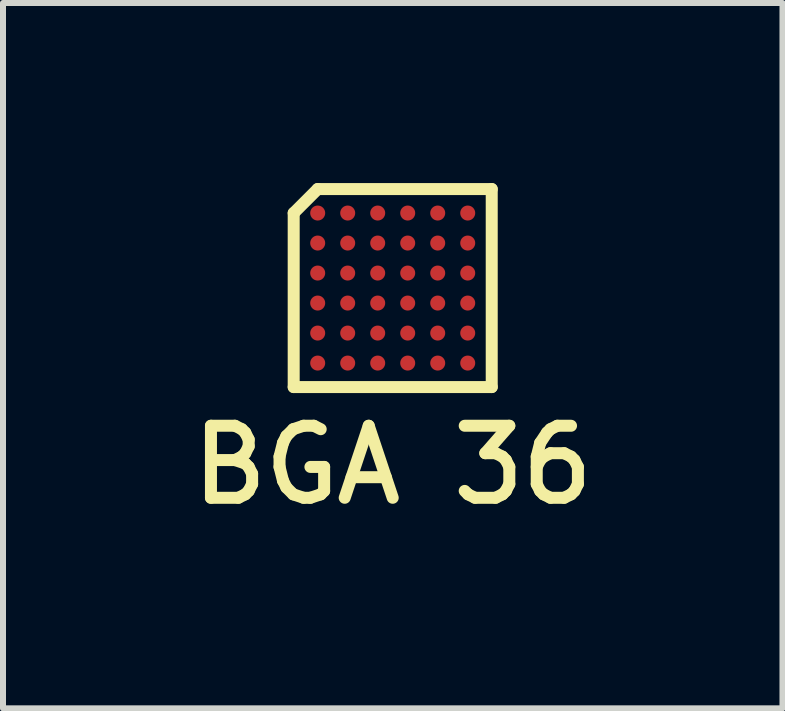
<source format=kicad_pcb>
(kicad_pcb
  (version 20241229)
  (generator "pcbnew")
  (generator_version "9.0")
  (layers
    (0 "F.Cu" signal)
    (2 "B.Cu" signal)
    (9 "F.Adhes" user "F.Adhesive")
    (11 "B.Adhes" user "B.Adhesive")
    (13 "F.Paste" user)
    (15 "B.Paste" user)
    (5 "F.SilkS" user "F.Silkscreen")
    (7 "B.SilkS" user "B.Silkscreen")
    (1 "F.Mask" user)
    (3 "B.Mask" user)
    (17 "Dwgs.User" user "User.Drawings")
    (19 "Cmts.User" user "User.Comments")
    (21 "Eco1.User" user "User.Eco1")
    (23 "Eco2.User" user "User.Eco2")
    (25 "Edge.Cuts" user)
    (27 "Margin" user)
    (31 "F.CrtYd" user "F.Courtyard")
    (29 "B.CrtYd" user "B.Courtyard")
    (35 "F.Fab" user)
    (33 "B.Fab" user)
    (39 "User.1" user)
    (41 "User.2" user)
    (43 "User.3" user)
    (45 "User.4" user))
  (footprint "BGA 36"
    (layer "F.Cu")
    (at 3.494 1.75)
    (property "Reference" "BGA 36" (at 0 2.95 0) (layer "F.SilkS") (effects (font (size 1.2 1.2) (thickness 0.2))))
    (attr through_hole)
    (fp_line (start -1.65 -1.25) (end -1.65 1.65) (stroke (width 0.2) (type solid)) (layer "F.SilkS"))
    (fp_line (start -1.65 1.65) (end 1.65 1.65) (stroke (width 0.2) (type solid)) (layer "F.SilkS"))
    (fp_line (start -1.25 -1.65) (end -1.65 -1.25) (stroke (width 0.2) (type solid)) (layer "F.SilkS"))
    (fp_line (start 1.65 -1.65) (end -1.25 -1.65) (stroke (width 0.2) (type solid)) (layer "F.SilkS"))
    (fp_line (start 1.65 1.65) (end 1.65 -1.65) (stroke (width 0.2) (type solid)) (layer "F.SilkS"))
    (pad "A1" smd circle (at -1.25 -1.25) (size 0.25 0.25) (layers "F.Cu" "F.Mask" "F.Paste"))
    (pad "A2" smd circle (at -0.75 -1.25) (size 0.25 0.25) (layers "F.Cu" "F.Mask" "F.Paste"))
    (pad "A3" smd circle (at -0.25 -1.25) (size 0.25 0.25) (layers "F.Cu" "F.Mask" "F.Paste"))
    (pad "A4" smd circle (at 0.25 -1.25) (size 0.25 0.25) (layers "F.Cu" "F.Mask" "F.Paste"))
    (pad "A5" smd circle (at 0.75 -1.25) (size 0.25 0.25) (layers "F.Cu" "F.Mask" "F.Paste"))
    (pad "A6" smd circle (at 1.25 -1.25) (size 0.25 0.25) (layers "F.Cu" "F.Mask" "F.Paste"))
    (pad "B1" smd circle (at -1.25 -0.75) (size 0.25 0.25) (layers "F.Cu" "F.Mask" "F.Paste"))
    (pad "B2" smd circle (at -0.75 -0.75) (size 0.25 0.25) (layers "F.Cu" "F.Mask" "F.Paste"))
    (pad "B3" smd circle (at -0.25 -0.75) (size 0.25 0.25) (layers "F.Cu" "F.Mask" "F.Paste"))
    (pad "B4" smd circle (at 0.25 -0.75) (size 0.25 0.25) (layers "F.Cu" "F.Mask" "F.Paste"))
    (pad "B5" smd circle (at 0.75 -0.75) (size 0.25 0.25) (layers "F.Cu" "F.Mask" "F.Paste"))
    (pad "B6" smd circle (at 1.25 -0.75) (size 0.25 0.25) (layers "F.Cu" "F.Mask" "F.Paste"))
    (pad "C1" smd circle (at -1.25 -0.25) (size 0.25 0.25) (layers "F.Cu" "F.Mask" "F.Paste"))
    (pad "C2" smd circle (at -0.75 -0.25) (size 0.25 0.25) (layers "F.Cu" "F.Mask" "F.Paste"))
    (pad "C3" smd circle (at -0.25 -0.25) (size 0.25 0.25) (layers "F.Cu" "F.Mask" "F.Paste"))
    (pad "C4" smd circle (at 0.25 -0.25) (size 0.25 0.25) (layers "F.Cu" "F.Mask" "F.Paste"))
    (pad "C5" smd circle (at 0.75 -0.25) (size 0.25 0.25) (layers "F.Cu" "F.Mask" "F.Paste"))
    (pad "C6" smd circle (at 1.25 -0.25) (size 0.25 0.25) (layers "F.Cu" "F.Mask" "F.Paste"))
    (pad "D1" smd circle (at -1.25 0.25) (size 0.25 0.25) (layers "F.Cu" "F.Mask" "F.Paste"))
    (pad "D2" smd circle (at -0.75 0.25) (size 0.25 0.25) (layers "F.Cu" "F.Mask" "F.Paste"))
    (pad "D3" smd circle (at -0.25 0.25) (size 0.25 0.25) (layers "F.Cu" "F.Mask" "F.Paste"))
    (pad "D4" smd circle (at 0.25 0.25) (size 0.25 0.25) (layers "F.Cu" "F.Mask" "F.Paste"))
    (pad "D5" smd circle (at 0.75 0.25) (size 0.25 0.25) (layers "F.Cu" "F.Mask" "F.Paste"))
    (pad "D6" smd circle (at 1.25 0.25) (size 0.25 0.25) (layers "F.Cu" "F.Mask" "F.Paste"))
    (pad "E1" smd circle (at -1.25 0.75) (size 0.25 0.25) (layers "F.Cu" "F.Mask" "F.Paste"))
    (pad "E2" smd circle (at -0.75 0.75) (size 0.25 0.25) (layers "F.Cu" "F.Mask" "F.Paste"))
    (pad "E3" smd circle (at -0.25 0.75) (size 0.25 0.25) (layers "F.Cu" "F.Mask" "F.Paste"))
    (pad "E4" smd circle (at 0.25 0.75) (size 0.25 0.25) (layers "F.Cu" "F.Mask" "F.Paste"))
    (pad "E5" smd circle (at 0.75 0.75) (size 0.25 0.25) (layers "F.Cu" "F.Mask" "F.Paste"))
    (pad "E6" smd circle (at 1.25 0.75) (size 0.25 0.25) (layers "F.Cu" "F.Mask" "F.Paste"))
    (pad "F1" smd circle (at -1.25 1.25) (size 0.25 0.25) (layers "F.Cu" "F.Mask" "F.Paste"))
    (pad "F2" smd circle (at -0.75 1.25) (size 0.25 0.25) (layers "F.Cu" "F.Mask" "F.Paste"))
    (pad "F3" smd circle (at -0.25 1.25) (size 0.25 0.25) (layers "F.Cu" "F.Mask" "F.Paste"))
    (pad "F4" smd circle (at 0.25 1.25) (size 0.25 0.25) (layers "F.Cu" "F.Mask" "F.Paste"))
    (pad "F5" smd circle (at 0.75 1.25) (size 0.25 0.25) (layers "F.Cu" "F.Mask" "F.Paste"))
    (pad "F6" smd circle (at 1.25 1.25) (size 0.25 0.25) (layers "F.Cu" "F.Mask" "F.Paste")))
  (gr_rect
    (start -3 -3)
    (end 9.989 8.753)
    (stroke (width 0.1) (type default))
    (fill no)
    (layer "Edge.Cuts")))
</source>
